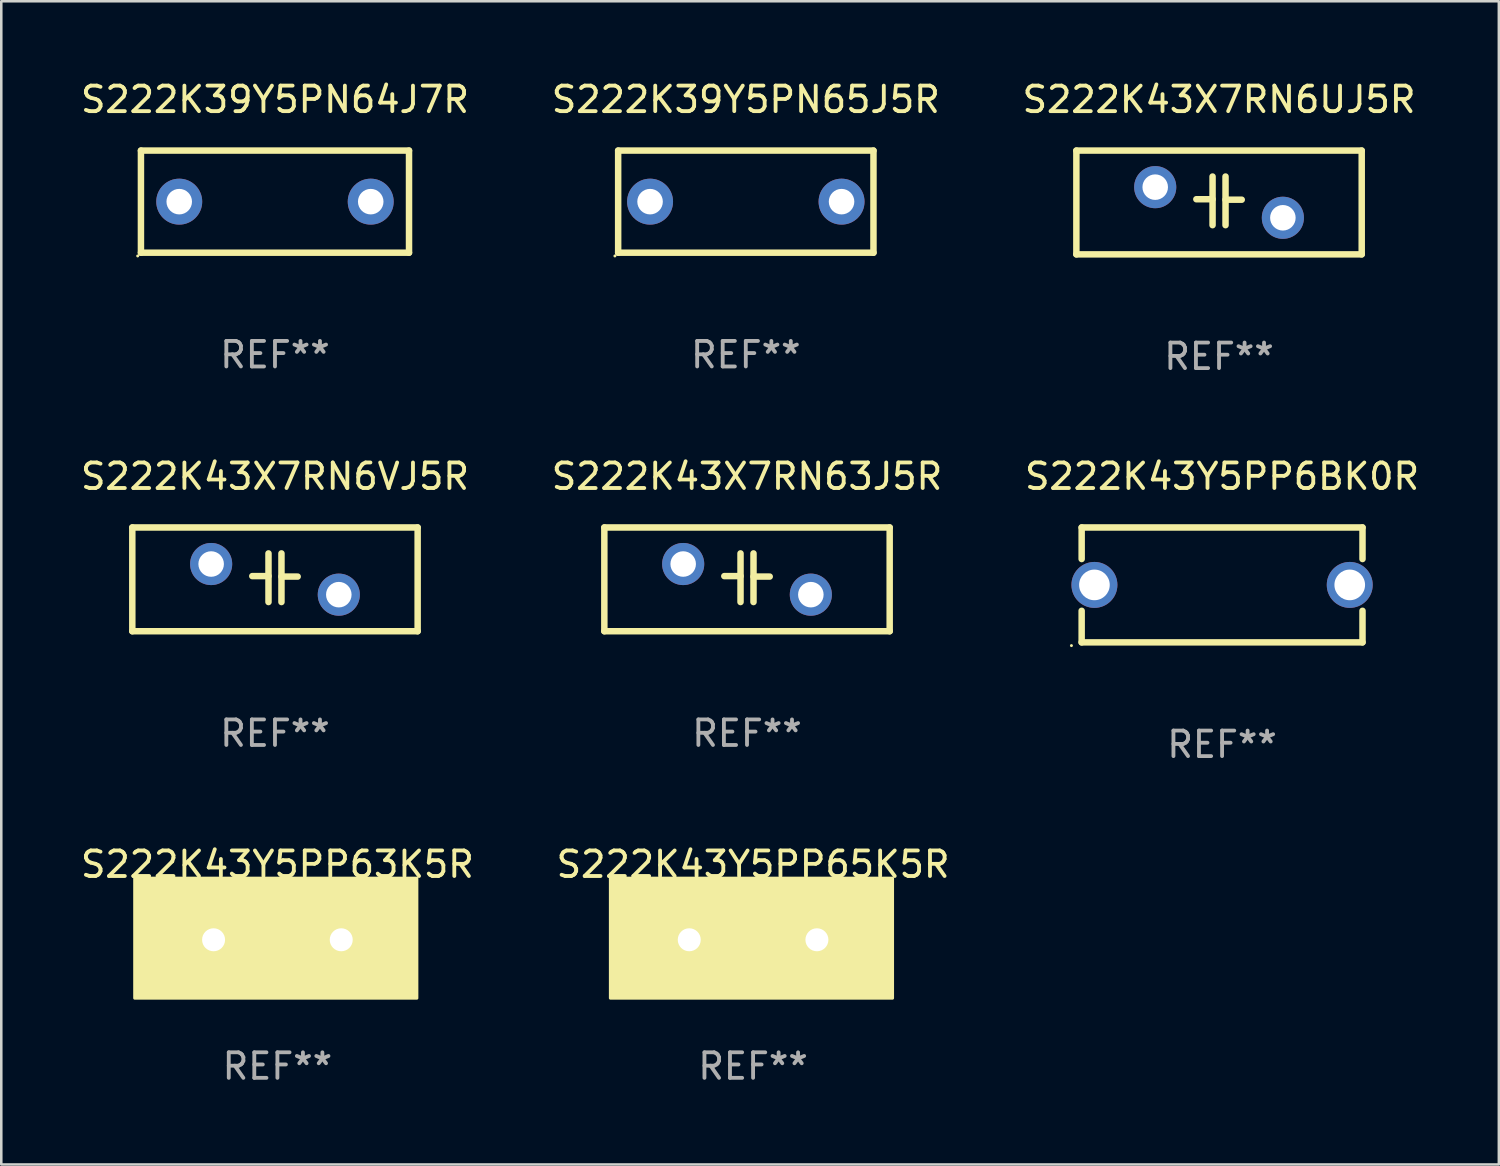
<source format=kicad_pcb>
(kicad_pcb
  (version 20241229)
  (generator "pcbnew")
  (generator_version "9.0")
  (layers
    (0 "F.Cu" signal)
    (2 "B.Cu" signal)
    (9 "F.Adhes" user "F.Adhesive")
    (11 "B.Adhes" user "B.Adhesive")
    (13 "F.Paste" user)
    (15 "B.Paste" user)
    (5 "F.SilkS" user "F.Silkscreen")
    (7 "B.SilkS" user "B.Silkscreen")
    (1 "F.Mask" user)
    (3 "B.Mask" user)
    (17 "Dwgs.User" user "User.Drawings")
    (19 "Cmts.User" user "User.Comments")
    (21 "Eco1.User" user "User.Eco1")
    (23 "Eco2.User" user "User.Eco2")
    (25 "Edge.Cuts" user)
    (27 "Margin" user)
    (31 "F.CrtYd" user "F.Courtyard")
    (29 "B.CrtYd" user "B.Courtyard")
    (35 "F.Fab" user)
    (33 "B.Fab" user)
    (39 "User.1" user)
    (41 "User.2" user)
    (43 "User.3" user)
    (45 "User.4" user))
  (footprint "S222K43Y5PP6BK0R"
    (layer "F.Cu")
    (at 44.815 19.859)
    (property "Reference" "S222K43Y5PP6BK0R" (at 0 -4.25 0) (layer "F.SilkS") (effects (font (size 1 1) (thickness 0.15))))
    (attr through_hole)
    (fp_line (start -5.5 -2.25) (end -5.5 -1.014) (stroke (width 0.254) (type solid)) (layer "F.SilkS"))
    (fp_line (start -5.5 -2.25) (end 5.5 -2.25) (stroke (width 0.254) (type solid)) (layer "F.SilkS"))
    (fp_line (start -5.5 1.014) (end -5.5 2.25) (stroke (width 0.254) (type solid)) (layer "F.SilkS"))
    (fp_line (start 5.5 -2.25) (end 5.5 -1.014) (stroke (width 0.254) (type solid)) (layer "F.SilkS"))
    (fp_line (start 5.5 1.014) (end 5.5 2.25) (stroke (width 0.254) (type solid)) (layer "F.SilkS"))
    (fp_line (start 5.5 2.25) (end -5.5 2.25) (stroke (width 0.254) (type solid)) (layer "F.SilkS"))
    (fp_circle (center -5.9 2.377) (end -5.87 2.377) (stroke (width 0.06) (type solid)) (fill no) (layer "F.SilkS"))
    (fp_text user "REF**" (at 0 6.25 0) (layer "F.Fab") (effects (font (size 1 1) (thickness 0.15))))
    (pad "1" thru_hole circle (at -5 0) (size 1.8 1.8) (drill 1.2) (layers "*.Cu" "*.Mask"))
    (pad "2" thru_hole circle (at 5 0) (size 1.8 1.8) (drill 1.2) (layers "*.Cu" "*.Mask")))
  (footprint "S222K39Y5PN64J7R"
    (layer "F.Cu")
    (at 7.72 4.848)
    (property "Reference" "S222K39Y5PN64J7R" (at 0 -4 0) (layer "F.SilkS") (effects (font (size 1 1) (thickness 0.15))))
    (attr through_hole)
    (fp_line (start -5.25 -2) (end 5.25 -2) (stroke (width 0.254) (type solid)) (layer "F.SilkS"))
    (fp_line (start -5.25 2) (end -5.25 -2) (stroke (width 0.254) (type solid)) (layer "F.SilkS"))
    (fp_line (start 5.25 -2) (end 5.25 2) (stroke (width 0.254) (type solid)) (layer "F.SilkS"))
    (fp_line (start 5.25 2) (end -5.25 2) (stroke (width 0.254) (type solid)) (layer "F.SilkS"))
    (fp_circle (center -5.377 2.127) (end -5.347 2.127) (stroke (width 0.06) (type solid)) (fill no) (layer "F.SilkS"))
    (fp_text user "REF**" (at 0 6 0) (layer "F.Fab") (effects (font (size 1 1) (thickness 0.15))))
    (pad "1" thru_hole circle (at -3.75 0) (size 1.8 1.8) (drill 1) (layers "*.Cu" "*.Mask"))
    (pad "2" thru_hole circle (at 3.75 0) (size 1.8 1.8) (drill 1) (layers "*.Cu" "*.Mask")))
  (footprint "S222K43X7RN6UJ5R"
    (layer "F.Cu")
    (at 44.696 4.88)
    (property "Reference" "S222K43X7RN6UJ5R" (at 0 -4.032 0) (layer "F.SilkS") (effects (font (size 1 1) (thickness 0.15))))
    (attr through_hole)
    (fp_line (start -5.588 -2.032) (end -5.588 2.032) (stroke (width 0.254) (type solid)) (layer "F.SilkS"))
    (fp_line (start -5.588 2.032) (end 5.588 2.032) (stroke (width 0.254) (type solid)) (layer "F.SilkS"))
    (fp_line (start -0.889 -0.127) (end -0.254 -0.127) (stroke (width 0.254) (type solid)) (layer "F.SilkS"))
    (fp_line (start -0.254 -1.016) (end -0.254 0.889) (stroke (width 0.254) (type solid)) (layer "F.SilkS"))
    (fp_line (start 0.254 -1.016) (end 0.254 0.889) (stroke (width 0.254) (type solid)) (layer "F.SilkS"))
    (fp_line (start 0.254 -0.108) (end 0.889 -0.108) (stroke (width 0.254) (type solid)) (layer "F.SilkS"))
    (fp_line (start 5.588 -2.032) (end -5.588 -2.032) (stroke (width 0.254) (type solid)) (layer "F.SilkS"))
    (fp_line (start 5.588 2.032) (end 5.588 -2.032) (stroke (width 0.254) (type solid)) (layer "F.SilkS"))
    (fp_circle (center -5.5 2) (end -5.47 2) (stroke (width 0.06) (type solid)) (fill no) (layer "F.SilkS"))
    (fp_text user "REF**" (at 0 6.032 0) (layer "F.Fab") (effects (font (size 1 1) (thickness 0.15))))
    (pad "1" thru_hole circle (at -2.5 -0.6) (size 1.65 1.65) (drill 1) (layers "*.Cu" "*.Mask"))
    (pad "2" thru_hole circle (at 2.5 0.6) (size 1.65 1.65) (drill 1) (layers "*.Cu" "*.Mask")))
  (footprint "S222K43Y5PP63K5R"
    (layer "F.Cu")
    (at 7.815 33.758)
    (property "Reference" "S222K43Y5PP63K5R" (at 0 -2.953 0) (layer "F.SilkS") (effects (font (size 1 1) (thickness 0.15))))
    (attr through_hole)
    (fp_line (start -0.635 0.000025) (end -1.27 0.000025) (stroke (width 0.254) (type solid)) (layer "F.SilkS"))
    (fp_line (start -0.635 0.953) (end -0.635 -0.953) (stroke (width 0.254) (type solid)) (layer "F.SilkS"))
    (fp_line (start 0.635 -0.953) (end 0.635 0.953) (stroke (width 0.254) (type solid)) (layer "F.SilkS"))
    (fp_line (start 0.635 -0.000025) (end 1.27 -0.000025) (stroke (width 0.254) (type solid)) (layer "F.SilkS"))
    (fp_circle (center -5.5 2.25) (end -5.47 2.25) (stroke (width 0.06) (type solid)) (fill no) (layer "F.SilkS"))
    (fp_poly (pts (xy -5.588 -2.413) (xy 5.461 -2.413) (xy 5.461 2.286) (xy -5.588 2.286)) (stroke (width 0.12) (type solid)) (fill yes) (layer "F.SilkS"))
    (fp_text user "REF**" (at 0 4.953 0) (layer "F.Fab") (effects (font (size 1 1) (thickness 0.15))))
    (pad "1" thru_hole circle (at -2.5 0) (size 1.5 1.5) (drill 0.9) (layers "*.Cu" "*.Mask"))
    (pad "2" thru_hole circle (at 2.5 0) (size 1.5 1.5) (drill 0.9) (layers "*.Cu" "*.Mask")))
  (footprint "S222K43X7RN63J5R"
    (layer "F.Cu")
    (at 26.208 19.641)
    (property "Reference" "S222K43X7RN63J5R" (at 0 -4.032 0) (layer "F.SilkS") (effects (font (size 1 1) (thickness 0.15))))
    (attr through_hole)
    (fp_line (start -5.588 -2.032) (end -5.588 2.032) (stroke (width 0.254) (type solid)) (layer "F.SilkS"))
    (fp_line (start -5.588 2.032) (end 5.588 2.032) (stroke (width 0.254) (type solid)) (layer "F.SilkS"))
    (fp_line (start -0.889 -0.127) (end -0.254 -0.127) (stroke (width 0.254) (type solid)) (layer "F.SilkS"))
    (fp_line (start -0.254 -1.016) (end -0.254 0.889) (stroke (width 0.254) (type solid)) (layer "F.SilkS"))
    (fp_line (start 0.254 -1.016) (end 0.254 0.889) (stroke (width 0.254) (type solid)) (layer "F.SilkS"))
    (fp_line (start 0.254 -0.108) (end 0.889 -0.108) (stroke (width 0.254) (type solid)) (layer "F.SilkS"))
    (fp_line (start 5.588 -2.032) (end -5.588 -2.032) (stroke (width 0.254) (type solid)) (layer "F.SilkS"))
    (fp_line (start 5.588 2.032) (end 5.588 -2.032) (stroke (width 0.254) (type solid)) (layer "F.SilkS"))
    (fp_circle (center -5.5 2) (end -5.47 2) (stroke (width 0.06) (type solid)) (fill no) (layer "F.SilkS"))
    (fp_text user "REF**" (at 0 6.032 0) (layer "F.Fab") (effects (font (size 1 1) (thickness 0.15))))
    (pad "1" thru_hole circle (at -2.5 -0.6) (size 1.65 1.65) (drill 1) (layers "*.Cu" "*.Mask"))
    (pad "2" thru_hole circle (at 2.5 0.6) (size 1.65 1.65) (drill 1) (layers "*.Cu" "*.Mask")))
  (footprint "S222K39Y5PN65J5R"
    (layer "F.Cu")
    (at 26.161 4.848)
    (property "Reference" "S222K39Y5PN65J5R" (at 0 -4 0) (layer "F.SilkS") (effects (font (size 1 1) (thickness 0.15))))
    (attr through_hole)
    (fp_line (start -5 -2) (end 5 -2) (stroke (width 0.254) (type solid)) (layer "F.SilkS"))
    (fp_line (start -5 2) (end -5 -2) (stroke (width 0.254) (type solid)) (layer "F.SilkS"))
    (fp_line (start 5 -2) (end 5 2) (stroke (width 0.254) (type solid)) (layer "F.SilkS"))
    (fp_line (start 5 2) (end -5 2) (stroke (width 0.254) (type solid)) (layer "F.SilkS"))
    (fp_circle (center -5.127 2.127) (end -5.097 2.127) (stroke (width 0.06) (type solid)) (fill no) (layer "F.SilkS"))
    (fp_text user "REF**" (at 0 6 0) (layer "F.Fab") (effects (font (size 1 1) (thickness 0.15))))
    (pad "1" thru_hole circle (at -3.75 0) (size 1.8 1.8) (drill 1) (layers "*.Cu" "*.Mask"))
    (pad "2" thru_hole circle (at 3.75 0) (size 1.8 1.8) (drill 1) (layers "*.Cu" "*.Mask")))
  (footprint "S222K43Y5PP65K5R"
    (layer "F.Cu")
    (at 26.446 33.758)
    (property "Reference" "S222K43Y5PP65K5R" (at 0 -2.953 0) (layer "F.SilkS") (effects (font (size 1 1) (thickness 0.15))))
    (attr through_hole)
    (fp_line (start -0.635 0.000025) (end -1.27 0.000025) (stroke (width 0.254) (type solid)) (layer "F.SilkS"))
    (fp_line (start -0.635 0.953) (end -0.635 -0.953) (stroke (width 0.254) (type solid)) (layer "F.SilkS"))
    (fp_line (start 0.635 -0.953) (end 0.635 0.953) (stroke (width 0.254) (type solid)) (layer "F.SilkS"))
    (fp_line (start 0.635 -0.000025) (end 1.27 -0.000025) (stroke (width 0.254) (type solid)) (layer "F.SilkS"))
    (fp_circle (center -5.5 2.25) (end -5.47 2.25) (stroke (width 0.06) (type solid)) (fill no) (layer "F.SilkS"))
    (fp_poly (pts (xy -5.588 -2.413) (xy 5.461 -2.413) (xy 5.461 2.286) (xy -5.588 2.286)) (stroke (width 0.12) (type solid)) (fill yes) (layer "F.SilkS"))
    (fp_text user "REF**" (at 0 4.953 0) (layer "F.Fab") (effects (font (size 1 1) (thickness 0.15))))
    (pad "1" thru_hole circle (at -2.5 0) (size 1.5 1.5) (drill 0.9) (layers "*.Cu" "*.Mask"))
    (pad "2" thru_hole circle (at 2.5 0) (size 1.5 1.5) (drill 0.9) (layers "*.Cu" "*.Mask")))
  (footprint "S222K43X7RN6VJ5R"
    (layer "F.Cu")
    (at 7.72 19.641)
    (property "Reference" "S222K43X7RN6VJ5R" (at 0 -4.032 0) (layer "F.SilkS") (effects (font (size 1 1) (thickness 0.15))))
    (attr through_hole)
    (fp_line (start -5.588 -2.032) (end -5.588 2.032) (stroke (width 0.254) (type solid)) (layer "F.SilkS"))
    (fp_line (start -5.588 2.032) (end 5.588 2.032) (stroke (width 0.254) (type solid)) (layer "F.SilkS"))
    (fp_line (start -0.889 -0.127) (end -0.254 -0.127) (stroke (width 0.254) (type solid)) (layer "F.SilkS"))
    (fp_line (start -0.254 -1.016) (end -0.254 0.889) (stroke (width 0.254) (type solid)) (layer "F.SilkS"))
    (fp_line (start 0.254 -1.016) (end 0.254 0.889) (stroke (width 0.254) (type solid)) (layer "F.SilkS"))
    (fp_line (start 0.254 -0.108) (end 0.889 -0.108) (stroke (width 0.254) (type solid)) (layer "F.SilkS"))
    (fp_line (start 5.588 -2.032) (end -5.588 -2.032) (stroke (width 0.254) (type solid)) (layer "F.SilkS"))
    (fp_line (start 5.588 2.032) (end 5.588 -2.032) (stroke (width 0.254) (type solid)) (layer "F.SilkS"))
    (fp_circle (center -5.5 2) (end -5.47 2) (stroke (width 0.06) (type solid)) (fill no) (layer "F.SilkS"))
    (fp_text user "REF**" (at 0 6.032 0) (layer "F.Fab") (effects (font (size 1 1) (thickness 0.15))))
    (pad "1" thru_hole circle (at -2.5 -0.6) (size 1.65 1.65) (drill 1) (layers "*.Cu" "*.Mask"))
    (pad "2" thru_hole circle (at 2.5 0.6) (size 1.65 1.65) (drill 1) (layers "*.Cu" "*.Mask")))
  (gr_rect
    (start -3 -3)
    (end 55.655 42.559)
    (stroke (width 0.1) (type default))
    (fill no)
    (layer "Edge.Cuts")))
</source>
